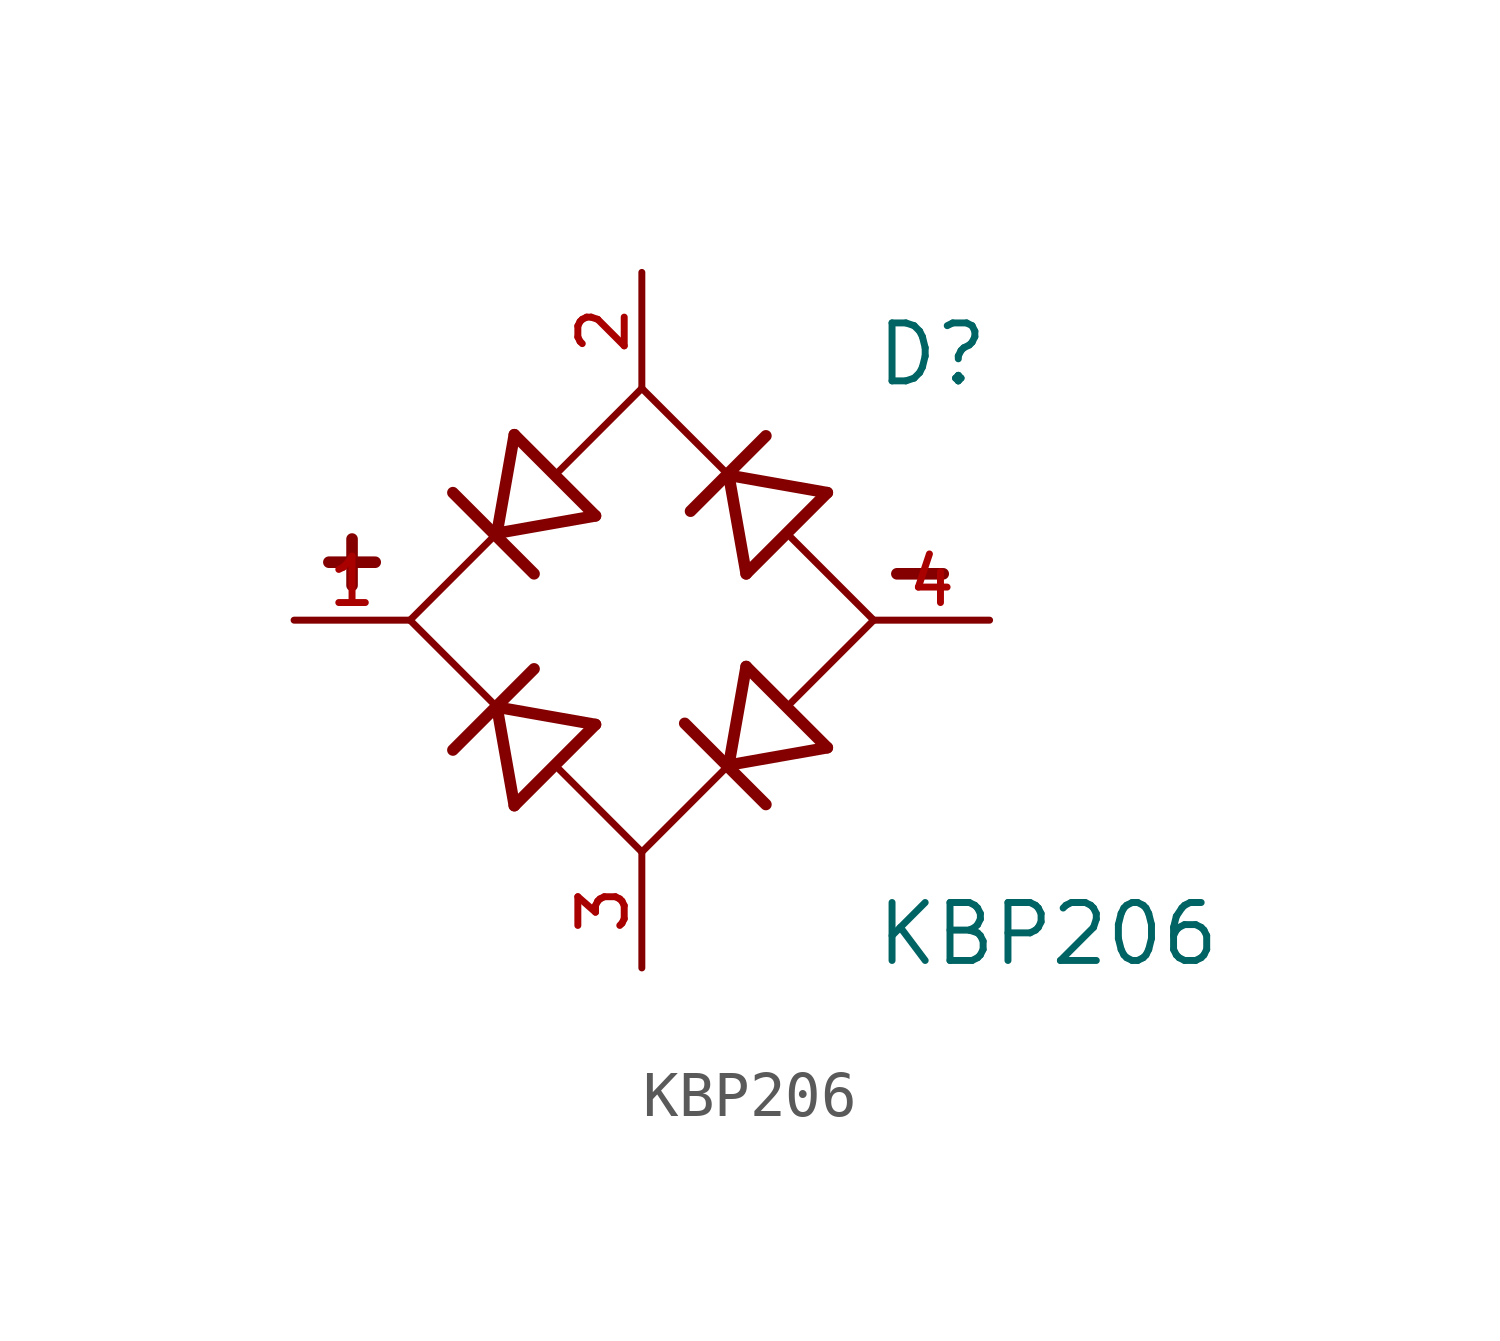
<source format=kicad_sym>
(kicad_symbol_lib
  (version 20211014)
  (generator kicad_symbol_editor)
  (symbol "KBP206"
    (pin_names
      (offset 1.016))
    (property "Reference" "D"
      (at 5.08 5.08 0)
      (effects (font (size 1.27 1.27)) (justify bottom left)))
    (property "Value" "KBP206"
      (at 5.08 -7.62 0)
      (effects (font (size 1.27 1.27)) (justify bottom left)))
    (symbol "KBP206_0_0"
      (polyline (pts (xy 1.905 -3.175) (xy 4.064 -2.794)) (stroke (width 0.254)))
      (polyline (pts (xy 1.905 -3.175) (xy 2.286 -1.016)) (stroke (width 0.254)))
      (polyline (pts (xy 2.718 -4.039) (xy 0.94 -2.261)) (stroke (width 0.254)))
      (polyline (pts (xy 1.905 3.175) (xy 4.064 2.794)) (stroke (width 0.254)))
      (polyline (pts (xy 1.905 3.175) (xy 2.286 1.016)) (stroke (width 0.254)))
      (polyline (pts (xy 2.718 4.039) (xy 1.067 2.388)) (stroke (width 0.254)))
      (polyline (pts (xy -3.175 1.905) (xy -2.794 4.064)) (stroke (width 0.254)))
      (polyline (pts (xy -3.175 1.905) (xy -1.016 2.286)) (stroke (width 0.254)))
      (polyline (pts (xy -2.362 1.016) (xy -4.14 2.794)) (stroke (width 0.254)))
      (polyline (pts (xy -3.175 -1.905) (xy -2.794 -4.064)) (stroke (width 0.254)))
      (polyline (pts (xy -3.175 -1.905) (xy -1.016 -2.286)) (stroke (width 0.254)))
      (polyline (pts (xy -2.362 -1.067) (xy -4.14 -2.845)) (stroke (width 0.254)))
      (polyline (pts (xy -5.08 0.0) (xy -3.175 -1.905)) (stroke (width 0.152)))
      (polyline (pts (xy 0.0 -5.08) (xy 1.905 -3.175)) (stroke (width 0.152)))
      (polyline (pts (xy 3.277 -1.803) (xy 5.08 0.0)) (stroke (width 0.152)))
      (polyline (pts (xy 4.064 -2.794) (xy 2.286 -1.016)) (stroke (width 0.254)))
      (polyline (pts (xy 5.08 0.0) (xy 3.277 1.803)) (stroke (width 0.152)))
      (polyline (pts (xy 4.064 2.794) (xy 2.286 1.016)) (stroke (width 0.254)))
      (polyline (pts (xy 1.905 3.175) (xy 0.0 5.08)) (stroke (width 0.152)))
      (polyline (pts (xy 0.0 5.08) (xy -1.803 3.277)) (stroke (width 0.152)))
      (polyline (pts (xy -1.016 2.286) (xy -2.794 4.064)) (stroke (width 0.254)))
      (polyline (pts (xy -3.175 1.905) (xy -5.08 0.0)) (stroke (width 0.152)))
      (polyline (pts (xy 0.0 -5.08) (xy -1.803 -3.277)) (stroke (width 0.152)))
      (polyline (pts (xy -1.016 -2.286) (xy -2.794 -4.064)) (stroke (width 0.254)))
      (polyline (pts (xy 5.588 1.016) (xy 6.604 1.016)) (stroke (width 0.254)))
      (polyline (pts (xy -6.858 1.27) (xy -5.842 1.27)) (stroke (width 0.254)))
      (polyline (pts (xy -6.35 0.762) (xy -6.35 1.778)) (stroke (width 0.254)))
      (pin passive line (at 0.0 7.62 270.0) (length 2.54) (name "~" (effects (font (size 1.016 1.016)))) (number "2" (effects (font (size 1.016 1.016)))))
      (pin passive line (at -7.62 0.0 0) (length 2.54) (name "~" (effects (font (size 1.016 1.016)))) (number "1" (effects (font (size 1.016 1.016)))))
      (pin passive line (at 0.0 -7.62 90.0) (length 2.54) (name "~" (effects (font (size 1.016 1.016)))) (number "3" (effects (font (size 1.016 1.016)))))
      (pin passive line (at 7.62 0.0 180.0) (length 2.54) (name "~" (effects (font (size 1.016 1.016)))) (number "4" (effects (font (size 1.016 1.016))))))))
</source>
